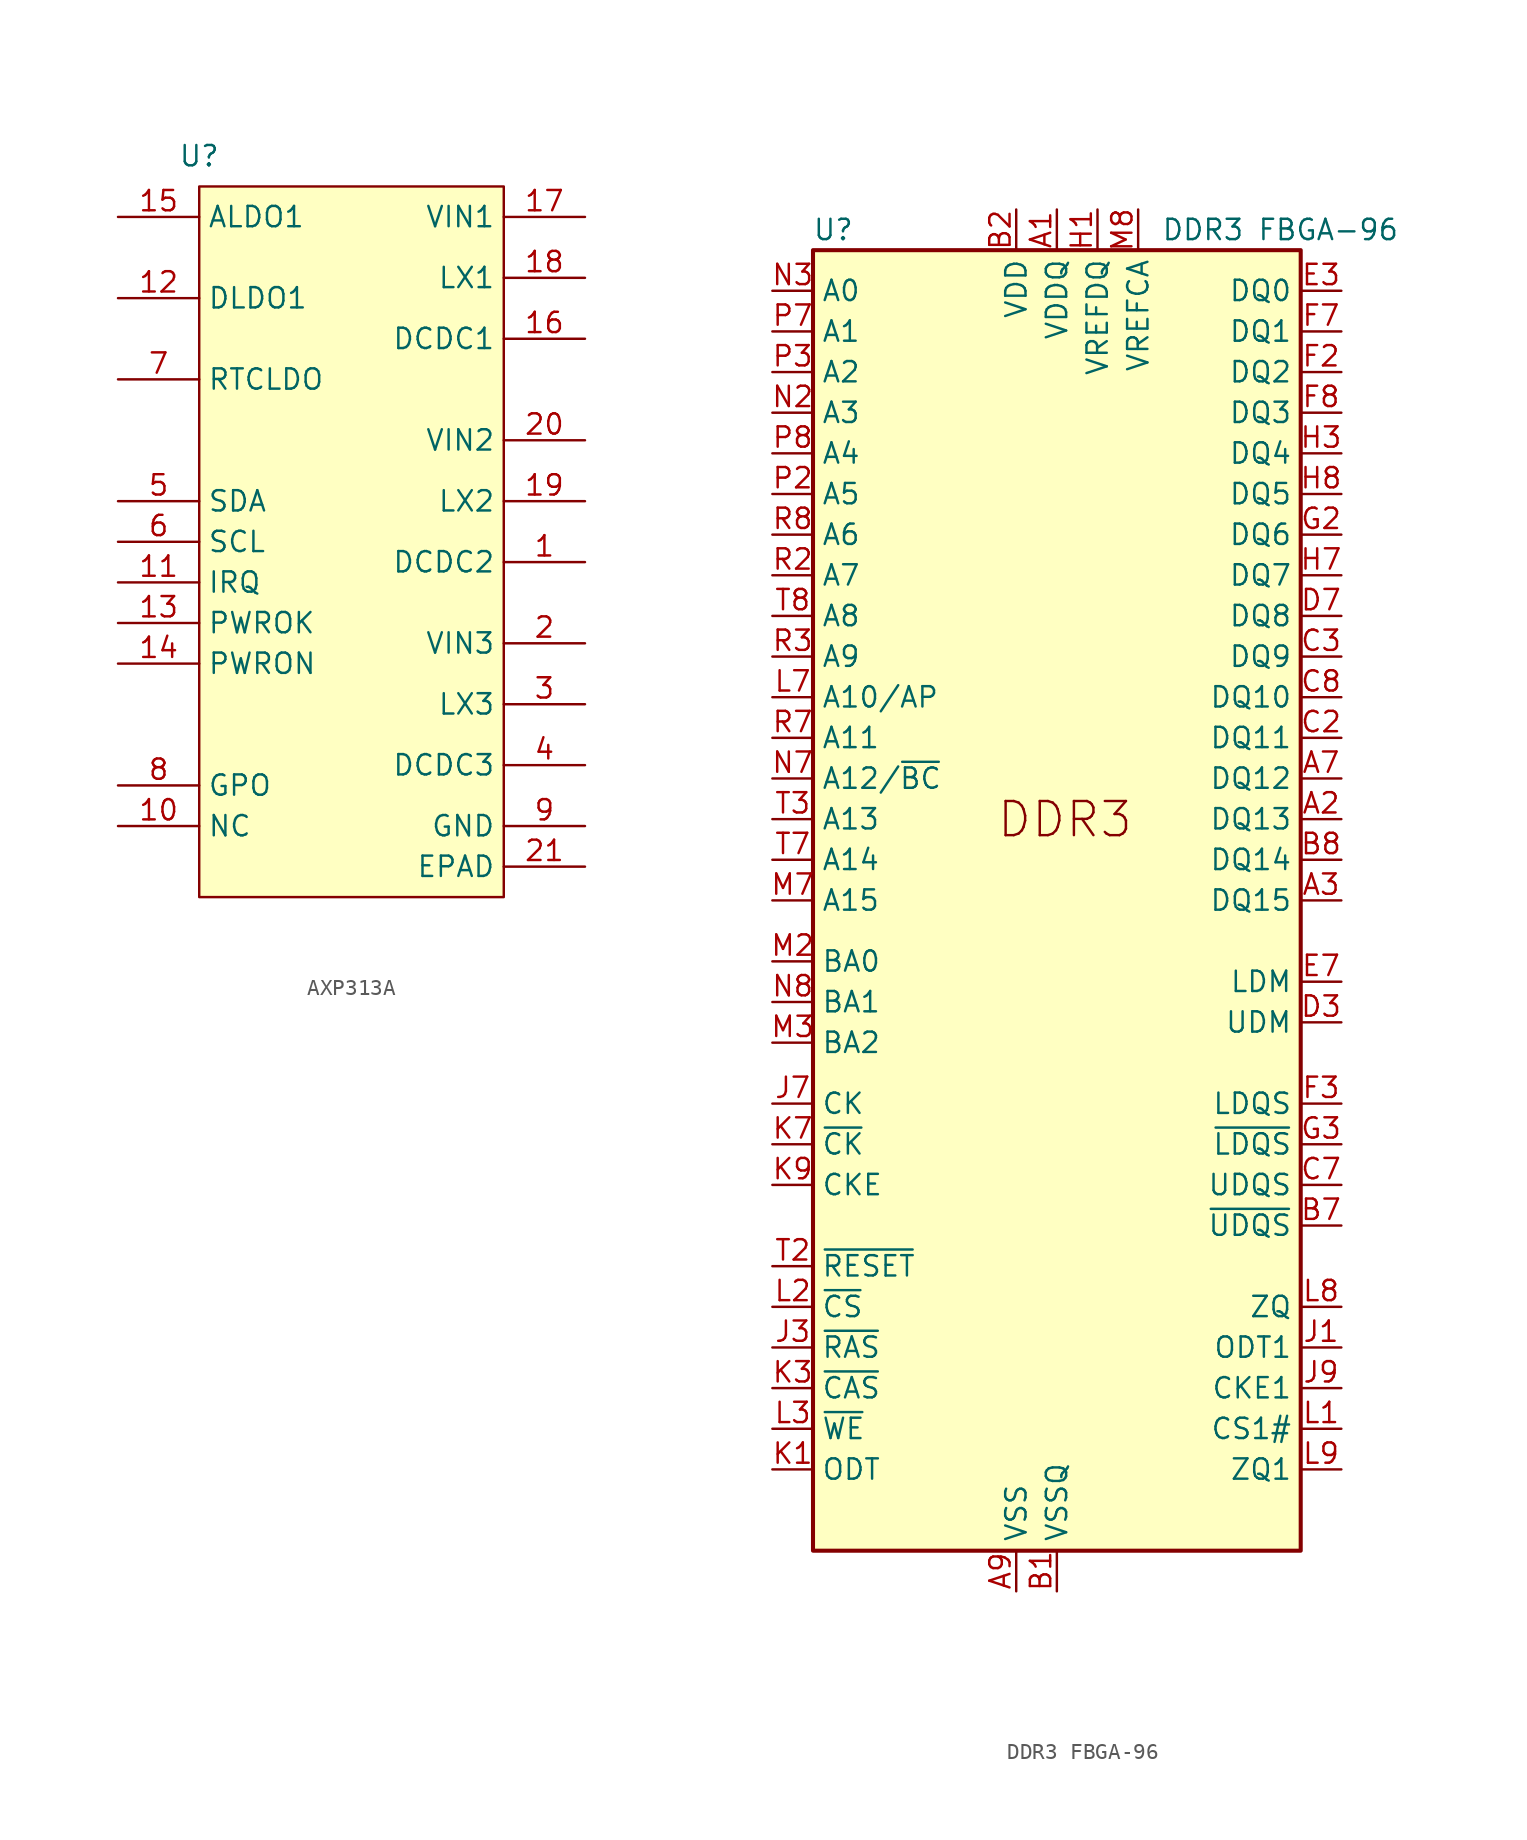
<source format=kicad_sym>
(kicad_symbol_lib
  (version 20231120)
  (generator "kicad_symbol_editor")
  (generator_version "8.0")
  (symbol "AXP313A"
    (property "Reference" "U"
      (at 0 0 0)
      (effects (font (size 1.27 1.27))))
    (property "Value" ""
      (at 0 0 0)
      (effects (font (size 1.27 1.27))))
    (symbol "AXP313A_1_1"
      (rectangle (start 0 -1.905) (end 19.05 -46.355) (stroke (width 0) (type default)) (fill (type background)))
      (pin passive line (at 24.13 -25.4 180) (length 5.08) (name "DCDC2" (effects (font (size 1.27 1.27)))) (number "1" (effects (font (size 1.27 1.27)))))
      (pin passive line (at -5.08 -41.91 0) (length 5.08) (name "NC" (effects (font (size 1.27 1.27)))) (number "10" (effects (font (size 1.27 1.27)))))
      (pin passive line (at -5.08 -26.67 0) (length 5.08) (name "IRQ" (effects (font (size 1.27 1.27)))) (number "11" (effects (font (size 1.27 1.27)))))
      (pin passive line (at -5.08 -8.89 0) (length 5.08) (name "DLDO1" (effects (font (size 1.27 1.27)))) (number "12" (effects (font (size 1.27 1.27)))))
      (pin passive line (at -5.08 -29.21 0) (length 5.08) (name "PWROK" (effects (font (size 1.27 1.27)))) (number "13" (effects (font (size 1.27 1.27)))))
      (pin passive line (at -5.08 -31.75 0) (length 5.08) (name "PWRON" (effects (font (size 1.27 1.27)))) (number "14" (effects (font (size 1.27 1.27)))))
      (pin passive line (at -5.08 -3.81 0) (length 5.08) (name "ALDO1" (effects (font (size 1.27 1.27)))) (number "15" (effects (font (size 1.27 1.27)))))
      (pin passive line (at 24.13 -11.43 180) (length 5.08) (name "DCDC1" (effects (font (size 1.27 1.27)))) (number "16" (effects (font (size 1.27 1.27)))))
      (pin passive line (at 24.13 -3.81 180) (length 5.08) (name "VIN1" (effects (font (size 1.27 1.27)))) (number "17" (effects (font (size 1.27 1.27)))))
      (pin passive line (at 24.13 -7.62 180) (length 5.08) (name "LX1" (effects (font (size 1.27 1.27)))) (number "18" (effects (font (size 1.27 1.27)))))
      (pin passive line (at 24.13 -21.59 180) (length 5.08) (name "LX2" (effects (font (size 1.27 1.27)))) (number "19" (effects (font (size 1.27 1.27)))))
      (pin passive line (at 24.13 -30.48 180) (length 5.08) (name "VIN3" (effects (font (size 1.27 1.27)))) (number "2" (effects (font (size 1.27 1.27)))))
      (pin passive line (at 24.13 -17.78 180) (length 5.08) (name "VIN2" (effects (font (size 1.27 1.27)))) (number "20" (effects (font (size 1.27 1.27)))))
      (pin passive line (at 24.13 -44.45 180) (length 5.08) (name "EPAD" (effects (font (size 1.27 1.27)))) (number "21" (effects (font (size 1.27 1.27)))))
      (pin passive line (at 24.13 -34.29 180) (length 5.08) (name "LX3" (effects (font (size 1.27 1.27)))) (number "3" (effects (font (size 1.27 1.27)))))
      (pin passive line (at 24.13 -38.1 180) (length 5.08) (name "DCDC3" (effects (font (size 1.27 1.27)))) (number "4" (effects (font (size 1.27 1.27)))))
      (pin passive line (at -5.08 -21.59 0) (length 5.08) (name "SDA" (effects (font (size 1.27 1.27)))) (number "5" (effects (font (size 1.27 1.27)))))
      (pin passive line (at -5.08 -24.13 0) (length 5.08) (name "SCL" (effects (font (size 1.27 1.27)))) (number "6" (effects (font (size 1.27 1.27)))))
      (pin passive line (at -5.08 -13.97 0) (length 5.08) (name "RTCLDO" (effects (font (size 1.27 1.27)))) (number "7" (effects (font (size 1.27 1.27)))))
      (pin passive line (at -5.08 -39.37 0) (length 5.08) (name "GPO" (effects (font (size 1.27 1.27)))) (number "8" (effects (font (size 1.27 1.27)))))
      (pin passive line (at 24.13 -41.91 180) (length 5.08) (name "GND" (effects (font (size 1.27 1.27)))) (number "9" (effects (font (size 1.27 1.27)))))))
  (symbol "DDR3 FBGA-96"
    (property "Reference" "U"
      (at -13.97 41.91 0)
      (effects (font (size 1.27 1.27))))
    (property "Value" "DDR3 FBGA-96"
      (at 13.97 41.91 0)
      (effects (font (size 1.27 1.27))))
    (symbol "DDR3 FBGA-96_0_1"
      (rectangle (start -15.24 40.64) (end 15.24 -40.64) (stroke (width 0.254) (type default)) (fill (type background)))
      (pin power_in line (at 0 43.18 270) (length 2.54) (name "VDDQ" (effects (font (size 1.27 1.27)))) (number "A1" (effects (font (size 1.27 1.27)))))
      (pin passive line (at 0 43.18 270) (length 2.54) hide (name "VDDQ" (effects (font (size 1.27 1.27)))) (number "A8" (effects (font (size 1.27 1.27)))))
      (pin power_in line (at -2.54 -43.18 90) (length 2.54) (name "VSS" (effects (font (size 1.27 1.27)))) (number "A9" (effects (font (size 1.27 1.27)))))
      (pin power_in line (at 0 -43.18 90) (length 2.54) (name "VSSQ" (effects (font (size 1.27 1.27)))) (number "B1" (effects (font (size 1.27 1.27)))))
      (pin power_in line (at -2.54 43.18 270) (length 2.54) (name "VDD" (effects (font (size 1.27 1.27)))) (number "B2" (effects (font (size 1.27 1.27)))))
      (pin passive line (at -2.54 -43.18 90) (length 2.54) hide (name "VSS" (effects (font (size 1.27 1.27)))) (number "B3" (effects (font (size 1.27 1.27)))))
      (pin passive line (at 0 -43.18 90) (length 2.54) hide (name "VSSQ" (effects (font (size 1.27 1.27)))) (number "B9" (effects (font (size 1.27 1.27)))))
      (pin passive line (at 0 43.18 270) (length 2.54) hide (name "VDDQ" (effects (font (size 1.27 1.27)))) (number "C1" (effects (font (size 1.27 1.27)))))
      (pin passive line (at 0 43.18 270) (length 2.54) hide (name "VDDQ" (effects (font (size 1.27 1.27)))) (number "C9" (effects (font (size 1.27 1.27)))))
      (pin passive line (at 0 -43.18 90) (length 2.54) hide (name "VSSQ" (effects (font (size 1.27 1.27)))) (number "D1" (effects (font (size 1.27 1.27)))))
      (pin passive line (at 0 43.18 270) (length 2.54) hide (name "VDDQ" (effects (font (size 1.27 1.27)))) (number "D2" (effects (font (size 1.27 1.27)))))
      (pin passive line (at 0 -43.18 90) (length 2.54) hide (name "VSSQ" (effects (font (size 1.27 1.27)))) (number "D8" (effects (font (size 1.27 1.27)))))
      (pin passive line (at -2.54 43.18 270) (length 2.54) hide (name "VDD" (effects (font (size 1.27 1.27)))) (number "D9" (effects (font (size 1.27 1.27)))))
      (pin passive line (at -2.54 -43.18 90) (length 2.54) hide (name "VSS" (effects (font (size 1.27 1.27)))) (number "E1" (effects (font (size 1.27 1.27)))))
      (pin passive line (at 0 -43.18 90) (length 2.54) hide (name "VSSQ" (effects (font (size 1.27 1.27)))) (number "E2" (effects (font (size 1.27 1.27)))))
      (pin bidirectional line (at 17.78 38.1 180) (length 2.54) (name "DQ0" (effects (font (size 1.27 1.27)))) (number "E3" (effects (font (size 1.27 1.27)))))
      (pin passive line (at 0 -43.18 90) (length 2.54) hide (name "VSSQ" (effects (font (size 1.27 1.27)))) (number "E8" (effects (font (size 1.27 1.27)))))
      (pin passive line (at 0 43.18 270) (length 2.54) hide (name "VDDQ" (effects (font (size 1.27 1.27)))) (number "E9" (effects (font (size 1.27 1.27)))))
      (pin passive line (at 0 43.18 270) (length 2.54) hide (name "VDDQ" (effects (font (size 1.27 1.27)))) (number "F1" (effects (font (size 1.27 1.27)))))
      (pin bidirectional line (at 17.78 33.02 180) (length 2.54) (name "DQ2" (effects (font (size 1.27 1.27)))) (number "F2" (effects (font (size 1.27 1.27)))))
      (pin bidirectional line (at 17.78 35.56 180) (length 2.54) (name "DQ1" (effects (font (size 1.27 1.27)))) (number "F7" (effects (font (size 1.27 1.27)))))
      (pin bidirectional line (at 17.78 30.48 180) (length 2.54) (name "DQ3" (effects (font (size 1.27 1.27)))) (number "F8" (effects (font (size 1.27 1.27)))))
      (pin passive line (at 0 -43.18 90) (length 2.54) hide (name "VSSQ" (effects (font (size 1.27 1.27)))) (number "F9" (effects (font (size 1.27 1.27)))))
      (pin passive line (at 0 -43.18 90) (length 2.54) hide (name "VSSQ" (effects (font (size 1.27 1.27)))) (number "G1" (effects (font (size 1.27 1.27)))))
      (pin bidirectional line (at 17.78 22.86 180) (length 2.54) (name "DQ6" (effects (font (size 1.27 1.27)))) (number "G2" (effects (font (size 1.27 1.27)))))
      (pin passive line (at -2.54 43.18 270) (length 2.54) hide (name "VDD" (effects (font (size 1.27 1.27)))) (number "G7" (effects (font (size 1.27 1.27)))))
      (pin passive line (at -2.54 -43.18 90) (length 2.54) hide (name "VSS" (effects (font (size 1.27 1.27)))) (number "G8" (effects (font (size 1.27 1.27)))))
      (pin passive line (at 0 -43.18 90) (length 2.54) hide (name "VSSQ" (effects (font (size 1.27 1.27)))) (number "G9" (effects (font (size 1.27 1.27)))))
      (pin power_in line (at 2.54 43.18 270) (length 2.54) (name "VREFDQ" (effects (font (size 1.27 1.27)))) (number "H1" (effects (font (size 1.27 1.27)))))
      (pin passive line (at 0 43.18 270) (length 2.54) hide (name "VDDQ" (effects (font (size 1.27 1.27)))) (number "H2" (effects (font (size 1.27 1.27)))))
      (pin bidirectional line (at 17.78 27.94 180) (length 2.54) (name "DQ4" (effects (font (size 1.27 1.27)))) (number "H3" (effects (font (size 1.27 1.27)))))
      (pin bidirectional line (at 17.78 20.32 180) (length 2.54) (name "DQ7" (effects (font (size 1.27 1.27)))) (number "H7" (effects (font (size 1.27 1.27)))))
      (pin bidirectional line (at 17.78 25.4 180) (length 2.54) (name "DQ5" (effects (font (size 1.27 1.27)))) (number "H8" (effects (font (size 1.27 1.27)))))
      (pin passive line (at 0 43.18 270) (length 2.54) hide (name "VDDQ" (effects (font (size 1.27 1.27)))) (number "H9" (effects (font (size 1.27 1.27)))))
      (pin passive line (at -2.54 -43.18 90) (length 2.54) hide (name "VSS" (effects (font (size 1.27 1.27)))) (number "J2" (effects (font (size 1.27 1.27)))))
      (pin passive line (at -2.54 -43.18 90) (length 2.54) hide (name "VSS" (effects (font (size 1.27 1.27)))) (number "J8" (effects (font (size 1.27 1.27)))))
      (pin passive line (at -2.54 43.18 270) (length 2.54) hide (name "VDD" (effects (font (size 1.27 1.27)))) (number "K2" (effects (font (size 1.27 1.27)))))
      (pin passive line (at -2.54 43.18 270) (length 2.54) hide (name "VDD" (effects (font (size 1.27 1.27)))) (number "K8" (effects (font (size 1.27 1.27)))))
      (pin input line (at -17.78 -25.4 0) (length 2.54) (name "~{CS}" (effects (font (size 1.27 1.27)))) (number "L2" (effects (font (size 1.27 1.27)))))
      (pin input line (at -17.78 12.7 0) (length 2.54) (name "A10/AP" (effects (font (size 1.27 1.27)))) (number "L7" (effects (font (size 1.27 1.27)))))
      (pin passive line (at -2.54 -43.18 90) (length 2.54) hide (name "VSS" (effects (font (size 1.27 1.27)))) (number "M1" (effects (font (size 1.27 1.27)))))
      (pin passive line (at -2.54 -43.18 90) (length 2.54) hide (name "VSS" (effects (font (size 1.27 1.27)))) (number "M9" (effects (font (size 1.27 1.27)))))
      (pin passive line (at -2.54 43.18 270) (length 2.54) hide (name "VDD" (effects (font (size 1.27 1.27)))) (number "N1" (effects (font (size 1.27 1.27)))))
      (pin input line (at -17.78 30.48 0) (length 2.54) (name "A3" (effects (font (size 1.27 1.27)))) (number "N2" (effects (font (size 1.27 1.27)))))
      (pin input line (at -17.78 38.1 0) (length 2.54) (name "A0" (effects (font (size 1.27 1.27)))) (number "N3" (effects (font (size 1.27 1.27)))))
      (pin input line (at -17.78 7.62 0) (length 2.54) (name "A12/~{BC}" (effects (font (size 1.27 1.27)))) (number "N7" (effects (font (size 1.27 1.27)))))
      (pin passive line (at -2.54 43.18 270) (length 2.54) hide (name "VDD" (effects (font (size 1.27 1.27)))) (number "N9" (effects (font (size 1.27 1.27)))))
      (pin passive line (at -2.54 -43.18 90) (length 2.54) hide (name "VSS" (effects (font (size 1.27 1.27)))) (number "P1" (effects (font (size 1.27 1.27)))))
      (pin input line (at -17.78 25.4 0) (length 2.54) (name "A5" (effects (font (size 1.27 1.27)))) (number "P2" (effects (font (size 1.27 1.27)))))
      (pin input line (at -17.78 33.02 0) (length 2.54) (name "A2" (effects (font (size 1.27 1.27)))) (number "P3" (effects (font (size 1.27 1.27)))))
      (pin input line (at -17.78 35.56 0) (length 2.54) (name "A1" (effects (font (size 1.27 1.27)))) (number "P7" (effects (font (size 1.27 1.27)))))
      (pin input line (at -17.78 27.94 0) (length 2.54) (name "A4" (effects (font (size 1.27 1.27)))) (number "P8" (effects (font (size 1.27 1.27)))))
      (pin passive line (at -2.54 -43.18 90) (length 2.54) hide (name "VSS" (effects (font (size 1.27 1.27)))) (number "P9" (effects (font (size 1.27 1.27)))))
      (pin passive line (at -2.54 43.18 270) (length 2.54) hide (name "VDD" (effects (font (size 1.27 1.27)))) (number "R1" (effects (font (size 1.27 1.27)))))
      (pin input line (at -17.78 20.32 0) (length 2.54) (name "A7" (effects (font (size 1.27 1.27)))) (number "R2" (effects (font (size 1.27 1.27)))))
      (pin input line (at -17.78 15.24 0) (length 2.54) (name "A9" (effects (font (size 1.27 1.27)))) (number "R3" (effects (font (size 1.27 1.27)))))
      (pin input line (at -17.78 10.16 0) (length 2.54) (name "A11" (effects (font (size 1.27 1.27)))) (number "R7" (effects (font (size 1.27 1.27)))))
      (pin input line (at -17.78 22.86 0) (length 2.54) (name "A6" (effects (font (size 1.27 1.27)))) (number "R8" (effects (font (size 1.27 1.27)))))
      (pin passive line (at -2.54 43.18 270) (length 2.54) hide (name "VDD" (effects (font (size 1.27 1.27)))) (number "R9" (effects (font (size 1.27 1.27)))))
      (pin passive line (at -2.54 -43.18 90) (length 2.54) hide (name "VSS" (effects (font (size 1.27 1.27)))) (number "T1" (effects (font (size 1.27 1.27)))))
      (pin input line (at -17.78 -22.86 0) (length 2.54) (name "~{RESET}" (effects (font (size 1.27 1.27)))) (number "T2" (effects (font (size 1.27 1.27)))))
      (pin input line (at -17.78 5.08 0) (length 2.54) (name "A13" (effects (font (size 1.27 1.27)))) (number "T3" (effects (font (size 1.27 1.27)))))
      (pin input line (at -17.78 2.54 0) (length 2.54) (name "A14" (effects (font (size 1.27 1.27)))) (number "T7" (effects (font (size 1.27 1.27)))))
      (pin input line (at -17.78 17.78 0) (length 2.54) (name "A8" (effects (font (size 1.27 1.27)))) (number "T8" (effects (font (size 1.27 1.27)))))
      (pin passive line (at -2.54 -43.18 90) (length 2.54) hide (name "VSS" (effects (font (size 1.27 1.27)))) (number "T9" (effects (font (size 1.27 1.27))))))
    (symbol "DDR3 FBGA-96_1_1"
      (text "DDR3" (at -3.81 3.81 0) (effects (font (size 2.134 2.134)) (justify left bottom)))
      (pin bidirectional line (at 17.78 5.08 180) (length 2.54) (name "DQ13" (effects (font (size 1.27 1.27)))) (number "A2" (effects (font (size 1.27 1.27)))))
      (pin bidirectional line (at 17.78 0 180) (length 2.54) (name "DQ15" (effects (font (size 1.27 1.27)))) (number "A3" (effects (font (size 1.27 1.27)))))
      (pin bidirectional line (at 17.78 7.62 180) (length 2.54) (name "DQ12" (effects (font (size 1.27 1.27)))) (number "A7" (effects (font (size 1.27 1.27)))))
      (pin bidirectional line (at 17.78 -20.32 180) (length 2.54) (name "~{UDQS}" (effects (font (size 1.27 1.27)))) (number "B7" (effects (font (size 1.27 1.27)))))
      (pin bidirectional line (at 17.78 2.54 180) (length 2.54) (name "DQ14" (effects (font (size 1.27 1.27)))) (number "B8" (effects (font (size 1.27 1.27)))))
      (pin bidirectional line (at 17.78 10.16 180) (length 2.54) (name "DQ11" (effects (font (size 1.27 1.27)))) (number "C2" (effects (font (size 1.27 1.27)))))
      (pin bidirectional line (at 17.78 15.24 180) (length 2.54) (name "DQ9" (effects (font (size 1.27 1.27)))) (number "C3" (effects (font (size 1.27 1.27)))))
      (pin bidirectional line (at 17.78 -17.78 180) (length 2.54) (name "UDQS" (effects (font (size 1.27 1.27)))) (number "C7" (effects (font (size 1.27 1.27)))))
      (pin bidirectional line (at 17.78 12.7 180) (length 2.54) (name "DQ10" (effects (font (size 1.27 1.27)))) (number "C8" (effects (font (size 1.27 1.27)))))
      (pin input line (at 17.78 -7.62 180) (length 2.54) (name "UDM" (effects (font (size 1.27 1.27)))) (number "D3" (effects (font (size 1.27 1.27)))))
      (pin bidirectional line (at 17.78 17.78 180) (length 2.54) (name "DQ8" (effects (font (size 1.27 1.27)))) (number "D7" (effects (font (size 1.27 1.27)))))
      (pin input line (at 17.78 -5.08 180) (length 2.54) (name "LDM" (effects (font (size 1.27 1.27)))) (number "E7" (effects (font (size 1.27 1.27)))))
      (pin bidirectional line (at 17.78 -12.7 180) (length 2.54) (name "LDQS" (effects (font (size 1.27 1.27)))) (number "F3" (effects (font (size 1.27 1.27)))))
      (pin bidirectional line (at 17.78 -15.24 180) (length 2.54) (name "~{LDQS}" (effects (font (size 1.27 1.27)))) (number "G3" (effects (font (size 1.27 1.27)))))
      (pin input line (at 17.78 -27.94 180) (length 2.54) (name "ODT1" (effects (font (size 1.27 1.27)))) (number "J1" (effects (font (size 1.27 1.27)))))
      (pin input line (at -17.78 -27.94 0) (length 2.54) (name "~{RAS}" (effects (font (size 1.27 1.27)))) (number "J3" (effects (font (size 1.27 1.27)))))
      (pin input line (at -17.78 -12.7 0) (length 2.54) (name "CK" (effects (font (size 1.27 1.27)))) (number "J7" (effects (font (size 1.27 1.27)))))
      (pin input line (at 17.78 -30.48 180) (length 2.54) (name "CKE1" (effects (font (size 1.27 1.27)))) (number "J9" (effects (font (size 1.27 1.27)))))
      (pin input line (at -17.78 -35.56 0) (length 2.54) (name "ODT" (effects (font (size 1.27 1.27)))) (number "K1" (effects (font (size 1.27 1.27)))))
      (pin input line (at -17.78 -30.48 0) (length 2.54) (name "~{CAS}" (effects (font (size 1.27 1.27)))) (number "K3" (effects (font (size 1.27 1.27)))))
      (pin input line (at -17.78 -15.24 0) (length 2.54) (name "~{CK}" (effects (font (size 1.27 1.27)))) (number "K7" (effects (font (size 1.27 1.27)))))
      (pin input line (at -17.78 -17.78 0) (length 2.54) (name "CKE" (effects (font (size 1.27 1.27)))) (number "K9" (effects (font (size 1.27 1.27)))))
      (pin input line (at 17.78 -33.02 180) (length 2.54) (name "CS1#" (effects (font (size 1.27 1.27)))) (number "L1" (effects (font (size 1.27 1.27)))))
      (pin input line (at -17.78 -33.02 0) (length 2.54) (name "~{WE}" (effects (font (size 1.27 1.27)))) (number "L3" (effects (font (size 1.27 1.27)))))
      (pin input line (at 17.78 -25.4 180) (length 2.54) (name "ZQ" (effects (font (size 1.27 1.27)))) (number "L8" (effects (font (size 1.27 1.27)))))
      (pin input line (at 17.78 -35.56 180) (length 2.54) (name "ZQ1" (effects (font (size 1.27 1.27)))) (number "L9" (effects (font (size 1.27 1.27)))))
      (pin input line (at -17.78 -3.81 0) (length 2.54) (name "BA0" (effects (font (size 1.27 1.27)))) (number "M2" (effects (font (size 1.27 1.27)))))
      (pin input line (at -17.78 -8.89 0) (length 2.54) (name "BA2" (effects (font (size 1.27 1.27)))) (number "M3" (effects (font (size 1.27 1.27)))))
      (pin input line (at -17.78 0 0) (length 2.54) (name "A15" (effects (font (size 1.27 1.27)))) (number "M7" (effects (font (size 1.27 1.27)))))
      (pin power_in line (at 5.08 43.18 270) (length 2.54) (name "VREFCA" (effects (font (size 1.27 1.27)))) (number "M8" (effects (font (size 1.27 1.27)))))
      (pin input line (at -17.78 -6.35 0) (length 2.54) (name "BA1" (effects (font (size 1.27 1.27)))) (number "N8" (effects (font (size 1.27 1.27))))))))
</source>
